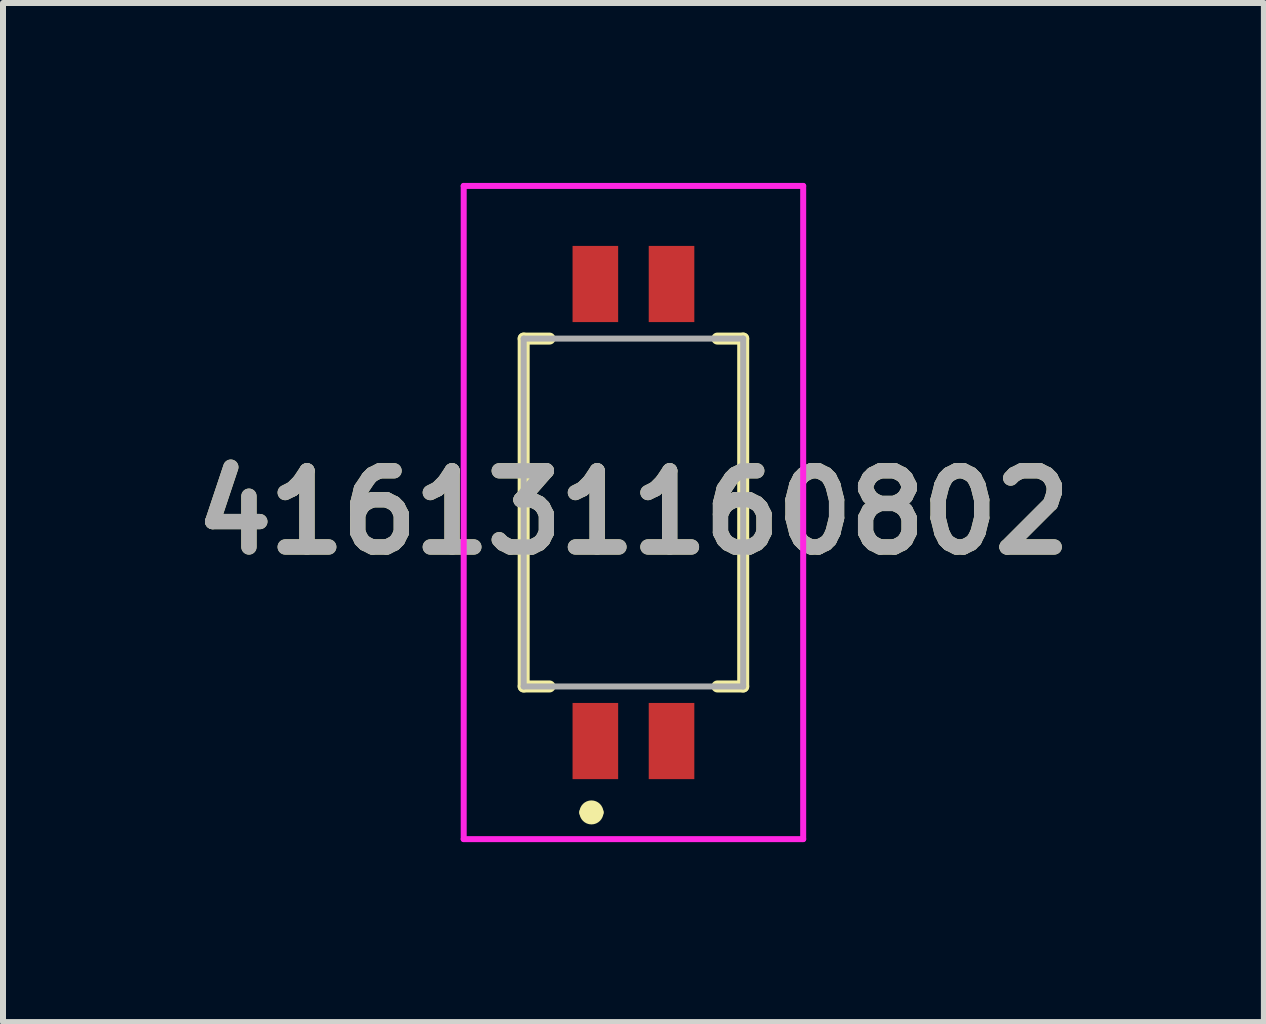
<source format=kicad_pcb>
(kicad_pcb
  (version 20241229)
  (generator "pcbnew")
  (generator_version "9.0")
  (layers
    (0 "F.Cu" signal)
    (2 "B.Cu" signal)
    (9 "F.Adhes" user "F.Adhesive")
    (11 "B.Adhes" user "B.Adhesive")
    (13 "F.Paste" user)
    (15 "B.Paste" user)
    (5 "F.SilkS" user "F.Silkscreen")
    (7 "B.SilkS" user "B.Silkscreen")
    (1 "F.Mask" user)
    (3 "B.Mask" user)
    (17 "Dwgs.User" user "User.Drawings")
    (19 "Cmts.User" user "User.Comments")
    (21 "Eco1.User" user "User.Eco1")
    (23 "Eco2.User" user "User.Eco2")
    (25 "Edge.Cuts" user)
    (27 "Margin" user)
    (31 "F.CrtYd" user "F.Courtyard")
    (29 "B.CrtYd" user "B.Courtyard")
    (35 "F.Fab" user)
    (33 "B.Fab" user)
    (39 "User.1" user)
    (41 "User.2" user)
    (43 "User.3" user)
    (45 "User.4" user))
  (footprint "416131160802"
    (layer "F.Cu")
    (at 7.511 5.495)
    (property "Reference" "416131160802" (at 0 0 0) (layer "F.SilkS") (effects (font (size 1.27 1.27) (thickness 0.254))))
    (attr smd)
    (fp_line (start -1.83 -2.9) (end -1.83 2.9) (stroke (width 0.2) (type solid)) (layer "F.SilkS"))
    (fp_line (start -1.83 2.9) (end -1.4 2.9) (stroke (width 0.2) (type solid)) (layer "F.SilkS"))
    (fp_line (start -1.4 -2.9) (end -1.83 -2.9) (stroke (width 0.2) (type solid)) (layer "F.SilkS"))
    (fp_line (start -0.8 5) (end -0.8 5) (stroke (width 0.2) (type solid)) (layer "F.SilkS"))
    (fp_line (start -0.6 5) (end -0.6 5) (stroke (width 0.2) (type solid)) (layer "F.SilkS"))
    (fp_line (start 1.4 -2.9) (end 1.83 -2.9) (stroke (width 0.2) (type solid)) (layer "F.SilkS"))
    (fp_line (start 1.83 -2.9) (end 1.83 2.9) (stroke (width 0.2) (type solid)) (layer "F.SilkS"))
    (fp_line (start 1.83 2.9) (end 1.4 2.9) (stroke (width 0.2) (type solid)) (layer "F.SilkS"))
    (fp_arc (start -0.8 5) (mid -0.7 4.9) (end -0.6 5) (stroke (width 0.2) (type solid)) (layer "F.SilkS"))
    (fp_arc (start -0.6 5) (mid -0.7 5.1) (end -0.8 5) (stroke (width 0.2) (type solid)) (layer "F.SilkS"))
    (fp_line (start -2.83 -5.445) (end 2.83 -5.445) (stroke (width 0.1) (type solid)) (layer "F.CrtYd"))
    (fp_line (start -2.83 5.445) (end -2.83 -5.445) (stroke (width 0.1) (type solid)) (layer "F.CrtYd"))
    (fp_line (start 2.83 -5.445) (end 2.83 5.445) (stroke (width 0.1) (type solid)) (layer "F.CrtYd"))
    (fp_line (start 2.83 5.445) (end -2.83 5.445) (stroke (width 0.1) (type solid)) (layer "F.CrtYd"))
    (fp_line (start -1.83 -2.9) (end 1.83 -2.9) (stroke (width 0.1) (type solid)) (layer "F.Fab"))
    (fp_line (start -1.83 2.9) (end -1.83 -2.9) (stroke (width 0.1) (type solid)) (layer "F.Fab"))
    (fp_line (start 1.83 -2.9) (end 1.83 2.9) (stroke (width 0.1) (type solid)) (layer "F.Fab"))
    (fp_line (start 1.83 2.9) (end -1.83 2.9) (stroke (width 0.1) (type solid)) (layer "F.Fab"))
    (fp_text user "${REFERENCE}" (at 0 0 0) (layer "F.Fab") (effects (font (size 1.27 1.27) (thickness 0.254))))
    (pad "A1" smd rect (at -0.635 3.81) (size 0.76 1.27) (layers "F.Cu" "F.Mask" "F.Paste"))
    (pad "A2" smd rect (at 0.635 3.81) (size 0.76 1.27) (layers "F.Cu" "F.Mask" "F.Paste"))
    (pad "B1" smd rect (at -0.635 -3.81) (size 0.76 1.27) (layers "F.Cu" "F.Mask" "F.Paste"))
    (pad "B2" smd rect (at 0.635 -3.81) (size 0.76 1.27) (layers "F.Cu" "F.Mask" "F.Paste")))
  (gr_rect
    (start -3 -3)
    (end 18.022 13.99)
    (stroke (width 0.1) (type default))
    (fill no)
    (layer "Edge.Cuts")))
</source>
